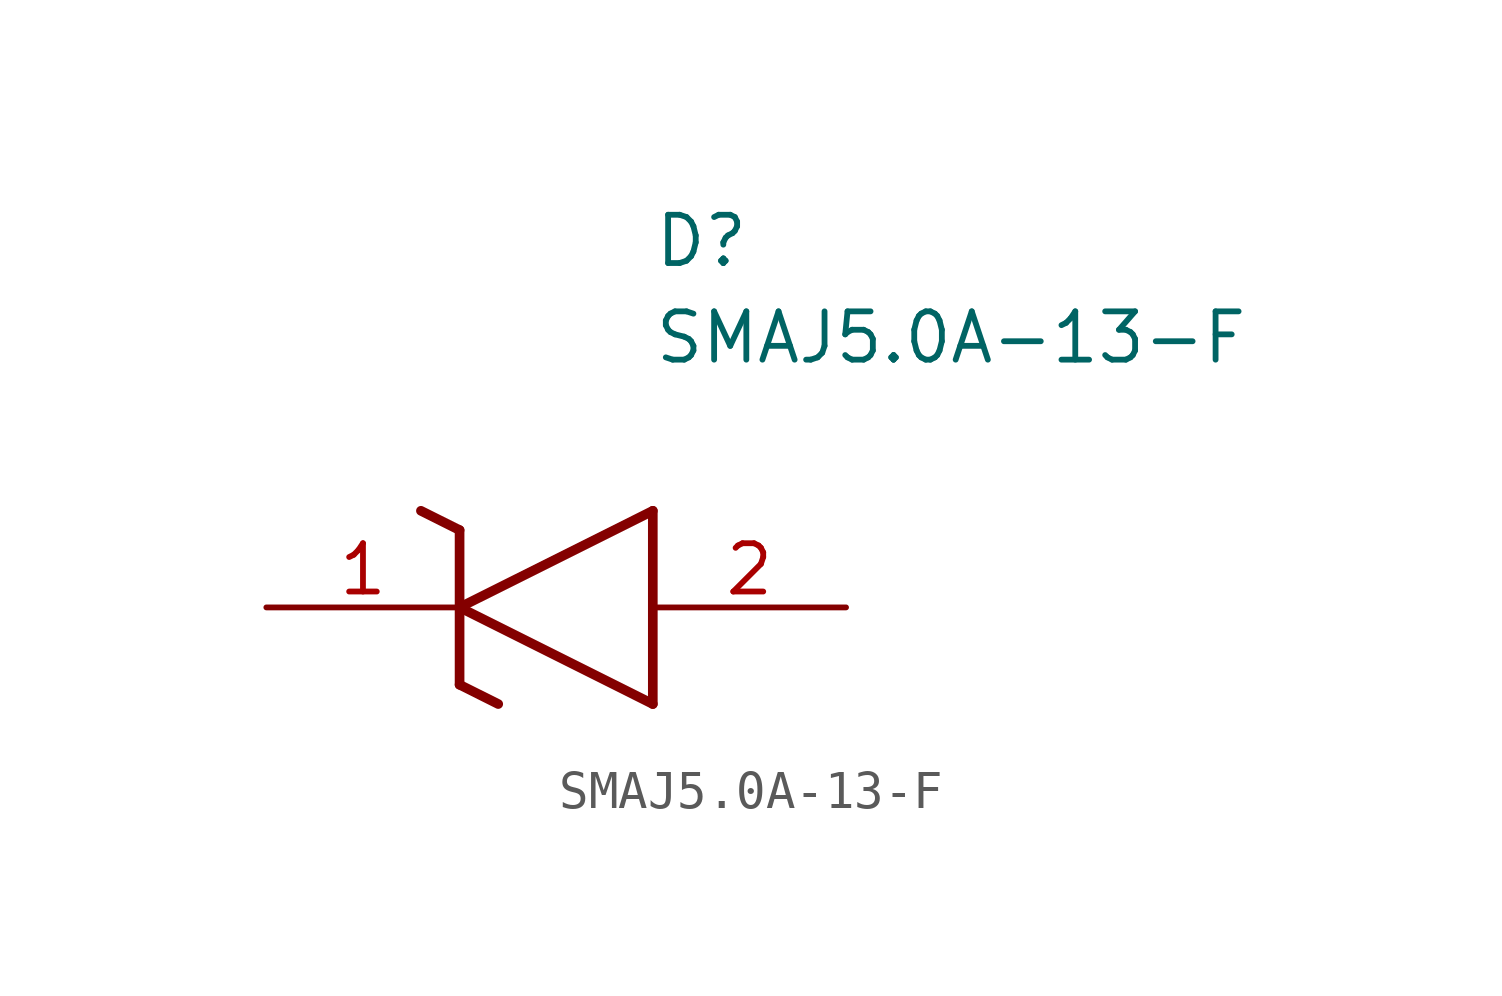
<source format=kicad_sym>
(kicad_symbol_lib
  (version 20211014)
  (generator SamacSys_ECAD_Model)
  (symbol "SMAJ5.0A-13-F"
    (pin_names hide)
    (property "Reference" "D"
      (at 10.16 8.89 0)
      (effects (font (size 1.27 1.27)) (justify left bottom)))
    (property "Value" "SMAJ5.0A-13-F"
      (at 10.16 6.35 0)
      (effects (font (size 1.27 1.27)) (justify left bottom)))
    (polyline
      (pts (xy 5.08 0) (xy 10.16 2.54))
      (stroke (width 0.254) (type default))
      (fill (type none)))
    (polyline
      (pts (xy 10.16 -2.54) (xy 10.16 2.54))
      (stroke (width 0.254) (type default))
      (fill (type none)))
    (polyline
      (pts (xy 10.16 -2.54) (xy 5.08 0))
      (stroke (width 0.254) (type default))
      (fill (type none)))
    (polyline
      (pts (xy 5.08 -2.032) (xy 6.096 -2.54))
      (stroke (width 0.254) (type default))
      (fill (type none)))
    (polyline
      (pts (xy 5.08 -2.032) (xy 5.08 2.032))
      (stroke (width 0.254) (type default))
      (fill (type none)))
    (polyline
      (pts (xy 4.064 2.54) (xy 5.08 2.032))
      (stroke (width 0.254) (type default))
      (fill (type none)))
    (pin passive line
      (at 0 0 0)
      (length 5.08)
      (name "K" (effects (font (size 1.27 1.27))))
      (number "1" (effects (font (size 1.27 1.27)))))
    (pin passive line
      (at 15.24 0 180)
      (length 5.08)
      (name "A" (effects (font (size 1.27 1.27))))
      (number "2" (effects (font (size 1.27 1.27)))))))
</source>
